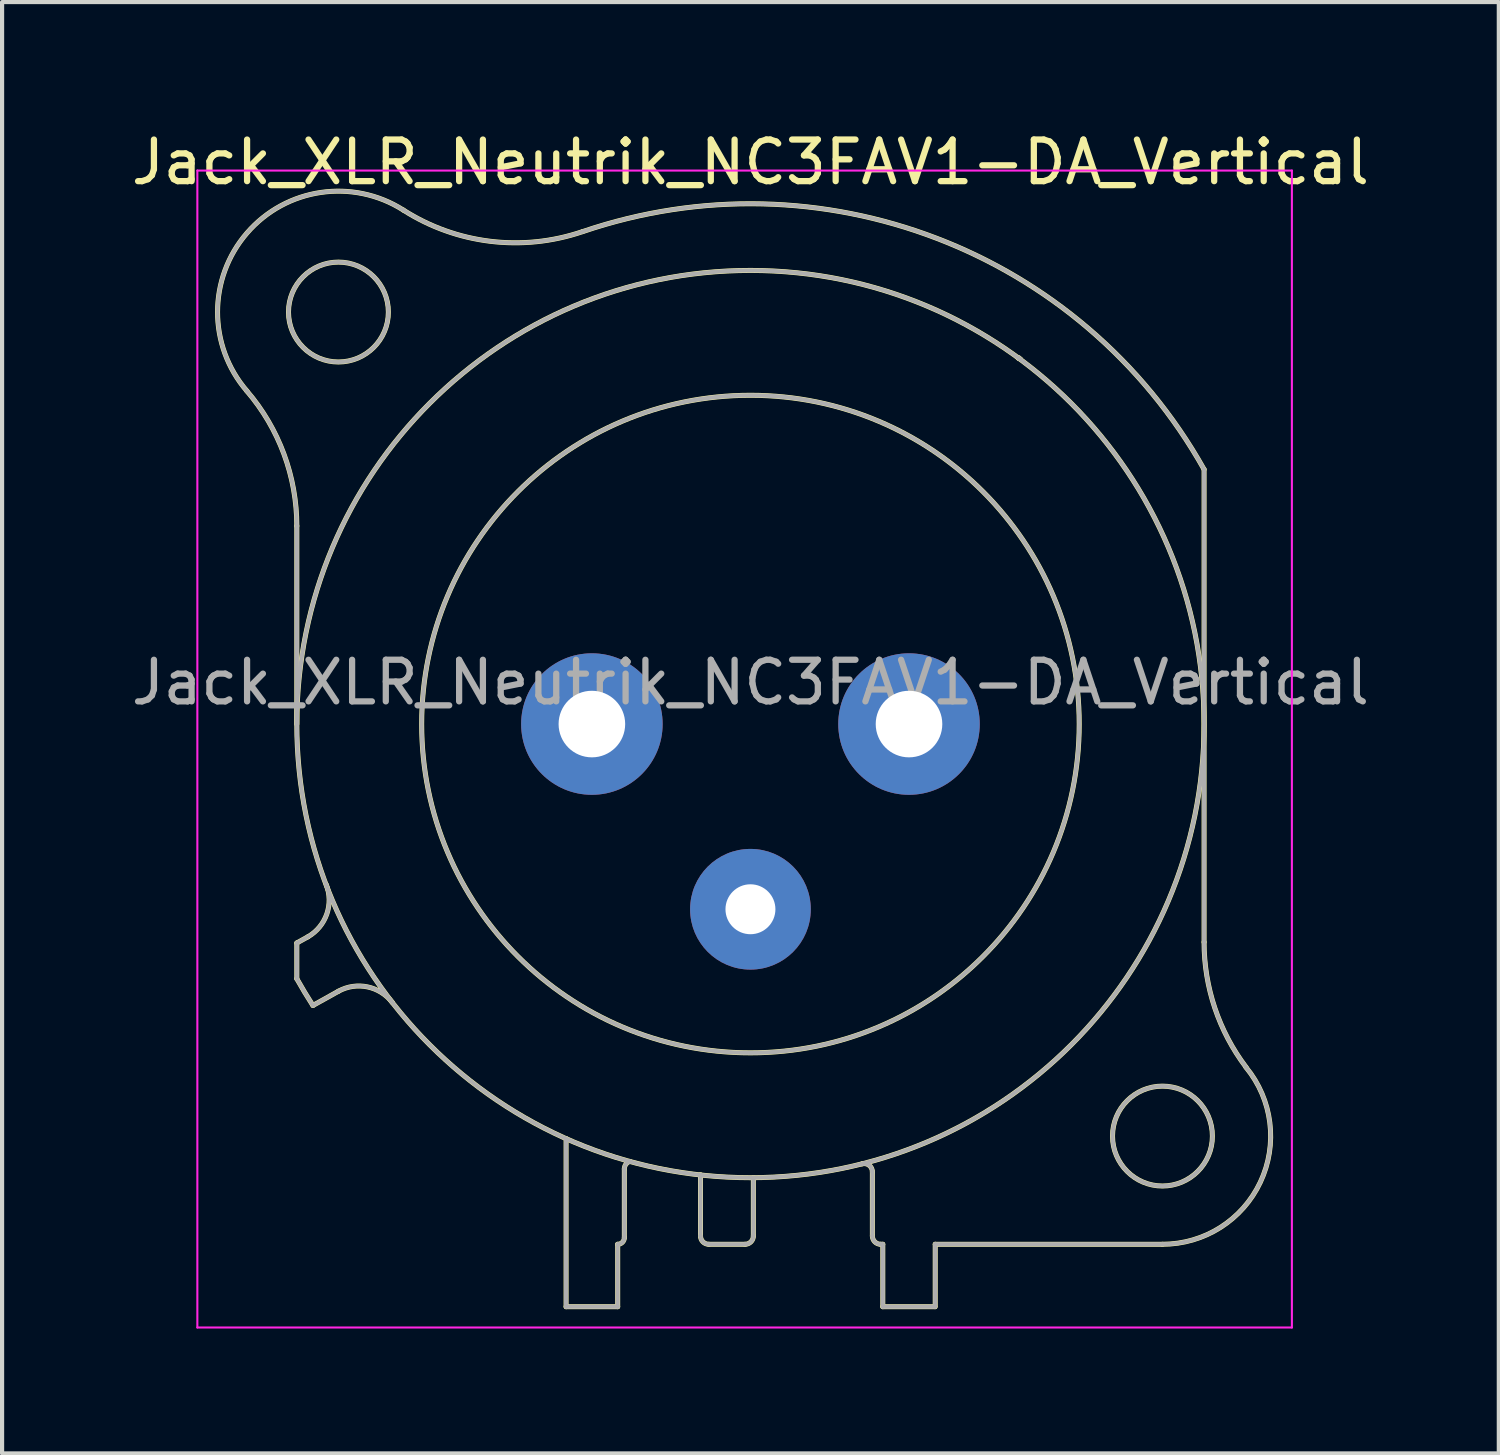
<source format=kicad_pcb>
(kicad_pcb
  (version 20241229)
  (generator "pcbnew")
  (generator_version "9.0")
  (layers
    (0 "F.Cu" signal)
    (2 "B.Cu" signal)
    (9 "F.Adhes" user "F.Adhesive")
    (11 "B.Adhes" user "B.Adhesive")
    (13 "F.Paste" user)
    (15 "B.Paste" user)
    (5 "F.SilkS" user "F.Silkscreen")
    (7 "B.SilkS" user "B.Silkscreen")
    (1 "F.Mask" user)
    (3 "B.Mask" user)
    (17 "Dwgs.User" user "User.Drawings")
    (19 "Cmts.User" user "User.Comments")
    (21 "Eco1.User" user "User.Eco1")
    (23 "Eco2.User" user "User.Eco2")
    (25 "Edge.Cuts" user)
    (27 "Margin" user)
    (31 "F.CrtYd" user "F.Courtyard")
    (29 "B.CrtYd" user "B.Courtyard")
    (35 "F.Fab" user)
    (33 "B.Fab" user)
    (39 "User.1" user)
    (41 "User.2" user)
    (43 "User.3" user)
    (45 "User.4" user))
  (footprint "Jack_XLR_Neutrik_NC3FAV1-DA_Vertical"
    (layer "F.Cu")
    (at 18.792 14.348)
    (property "Reference" "Jack_XLR_Neutrik_NC3FAV1-DA_Vertical" (at -3.81 -13.5 0) (layer "F.SilkS") (effects (font (size 1 1) (thickness 0.15))))
    (attr through_hole)
    (fp_line (start -14.71 0) (end -14.71 -4.76) (stroke (width 0.12) (type solid)) (layer "F.SilkS"))
    (fp_line (start -14.71 5.26) (end -14.71 6.12) (stroke (width 0.12) (type solid)) (layer "F.SilkS"))
    (fp_line (start -14.44 5.11) (end -14.71 5.26) (stroke (width 0.12) (type solid)) (layer "F.SilkS"))
    (fp_line (start -14.32 6.76) (end -13.71 6.42) (stroke (width 0.12) (type solid)) (layer "F.SilkS"))
    (fp_line (start -8.24 9.96) (end -8.24 14) (stroke (width 0.12) (type solid)) (layer "F.SilkS"))
    (fp_line (start -7 12.5) (end -7 14) (stroke (width 0.12) (type solid)) (layer "F.SilkS"))
    (fp_line (start -7 14) (end -8.24 14) (stroke (width 0.12) (type solid)) (layer "F.SilkS"))
    (fp_line (start -6.84 12.34) (end -6.84 10.69) (stroke (width 0.12) (type solid)) (layer "F.SilkS"))
    (fp_line (start -5.01 10.83) (end -5.01 12.3) (stroke (width 0.12) (type solid)) (layer "F.SilkS"))
    (fp_line (start -3.94 12.5) (end -4.81 12.5) (stroke (width 0.12) (type solid)) (layer "F.SilkS"))
    (fp_line (start -3.74 10.9) (end -3.74 12.3) (stroke (width 0.12) (type solid)) (layer "F.SilkS"))
    (fp_line (start -0.88 12.3) (end -0.88 10.76) (stroke (width 0.12) (type solid)) (layer "F.SilkS"))
    (fp_line (start -0.63 12.5) (end -0.68 12.5) (stroke (width 0.12) (type solid)) (layer "F.SilkS"))
    (fp_line (start -0.63 12.5) (end -0.63 14) (stroke (width 0.12) (type solid)) (layer "F.SilkS"))
    (fp_line (start 0.62 14) (end -0.63 14) (stroke (width 0.12) (type solid)) (layer "F.SilkS"))
    (fp_line (start 0.63 12.5) (end 6.09 12.5) (stroke (width 0.12) (type solid)) (layer "F.SilkS"))
    (fp_line (start 0.63 14) (end 0.63 12.5) (stroke (width 0.12) (type solid)) (layer "F.SilkS"))
    (fp_line (start 7.09 5.24) (end 7.09 -6.12) (stroke (width 0.12) (type solid)) (layer "F.SilkS"))
    (fp_arc (start -15.908829 -8.000856) (mid -15.019313 -6.48774) (end -14.71 -4.76) (stroke (width 0.12) (type solid)) (layer "F.SilkS"))
    (fp_arc (start -15.908236 -8.001617) (mid -15.907486 -11.799251) (end -12.15 -12.35) (stroke (width 0.12) (type solid)) (layer "F.SilkS"))
    (fp_arc (start -14.32314 6.763008) (mid -14.521396 6.444407) (end -14.71 6.12) (stroke (width 0.12) (type solid)) (layer "F.SilkS"))
    (fp_arc (start -14.004283 3.855674) (mid -13.989213 4.56375) (end -14.44 5.11) (stroke (width 0.12) (type solid)) (layer "F.SilkS"))
    (fp_arc (start -13.71 6.42) (mid -13.01025 6.315915) (end -12.412202 6.693832) (stroke (width 0.12) (type solid)) (layer "F.SilkS"))
    (fp_arc (start -7.848035 -11.831177) (mid -10.058192 -11.599923) (end -12.15 -12.35) (stroke (width 0.12) (type solid)) (layer "F.SilkS"))
    (fp_arc (start -7.841153 -11.83276) (mid 0.657009 -11.675197) (end 7.09 -6.12) (stroke (width 0.12) (type solid)) (layer "F.SilkS"))
    (fp_arc (start -6.84 10.69) (mid -6.803713 10.578321) (end -6.708713 10.509299) (stroke (width 0.12) (type solid)) (layer "F.SilkS"))
    (fp_arc (start -6.84 12.34) (mid -6.886863 12.453137) (end -7 12.5) (stroke (width 0.12) (type solid)) (layer "F.SilkS"))
    (fp_arc (start -4.81 12.5) (mid -4.951421 12.441421) (end -5.01 12.3) (stroke (width 0.12) (type solid)) (layer "F.SilkS"))
    (fp_arc (start -3.74 12.3) (mid -3.798579 12.441421) (end -3.94 12.5) (stroke (width 0.12) (type solid)) (layer "F.SilkS"))
    (fp_arc (start -1.1294 10.566197) (mid -0.957281 10.602076) (end -0.88 10.76) (stroke (width 0.12) (type solid)) (layer "F.SilkS"))
    (fp_arc (start -0.68 12.5) (mid -0.821421 12.441421) (end -0.88 12.3) (stroke (width 0.12) (type solid)) (layer "F.SilkS"))
    (fp_arc (start 2.636924 -8.782671) (mid 2.628394 -8.791269) (end 2.62 -8.8) (stroke (width 0.12) (type solid)) (layer "F.SilkS"))
    (fp_arc (start 2.680052 -8.767734) (mid 2.65973 -8.7835) (end 2.64 -8.8) (stroke (width 0.12) (type solid)) (layer "F.SilkS"))
    (fp_arc (start 8.095865 8.245761) (mid 8.441704 11.008824) (end 6.09 12.5) (stroke (width 0.12) (type solid)) (layer "F.SilkS"))
    (fp_arc (start 8.098032 8.243976) (mid 7.348729 6.824298) (end 7.09 5.24) (stroke (width 0.12) (type solid)) (layer "F.SilkS"))
    (fp_circle (center -13.71 -9.9) (end -12.51 -9.9) (stroke (width 0.12) (type solid)) (fill no) (layer "F.SilkS"))
    (fp_circle (center -3.81 0) (end 4.09 0) (stroke (width 0.12) (type solid)) (fill no) (layer "F.SilkS"))
    (fp_circle (center -3.81 0) (end 7.09 0) (stroke (width 0.12) (type solid)) (fill no) (layer "F.SilkS"))
    (fp_circle (center 6.09 9.9) (end 7.29 9.9) (stroke (width 0.12) (type solid)) (fill no) (layer "F.SilkS"))
    (fp_line (start -17.1 -13.3) (end 9.2 -13.3) (stroke (width 0.05) (type solid)) (layer "F.CrtYd"))
    (fp_line (start -17.1 14.5) (end -17.1 -13.3) (stroke (width 0.05) (type solid)) (layer "F.CrtYd"))
    (fp_line (start 9.2 -13.3) (end 9.2 14.5) (stroke (width 0.05) (type solid)) (layer "F.CrtYd"))
    (fp_line (start 9.2 14.5) (end -17.1 14.5) (stroke (width 0.05) (type solid)) (layer "F.CrtYd"))
    (fp_line (start -14.71 0) (end -14.71 -4.76) (stroke (width 0.1) (type solid)) (layer "F.Fab"))
    (fp_line (start -14.71 5.26) (end -14.71 6.12) (stroke (width 0.1) (type solid)) (layer "F.Fab"))
    (fp_line (start -14.44 5.11) (end -14.71 5.26) (stroke (width 0.1) (type solid)) (layer "F.Fab"))
    (fp_line (start -14.32 6.76) (end -13.71 6.42) (stroke (width 0.1) (type solid)) (layer "F.Fab"))
    (fp_line (start -8.24 9.96) (end -8.24 14) (stroke (width 0.1) (type solid)) (layer "F.Fab"))
    (fp_line (start -7 12.5) (end -7 14) (stroke (width 0.1) (type solid)) (layer "F.Fab"))
    (fp_line (start -7 14) (end -8.24 14) (stroke (width 0.1) (type solid)) (layer "F.Fab"))
    (fp_line (start -6.84 12.34) (end -6.84 10.69) (stroke (width 0.1) (type solid)) (layer "F.Fab"))
    (fp_line (start -5.01 10.83) (end -5.01 12.3) (stroke (width 0.1) (type solid)) (layer "F.Fab"))
    (fp_line (start -3.94 12.5) (end -4.81 12.5) (stroke (width 0.1) (type solid)) (layer "F.Fab"))
    (fp_line (start -3.74 10.9) (end -3.74 12.3) (stroke (width 0.1) (type solid)) (layer "F.Fab"))
    (fp_line (start -0.88 12.3) (end -0.88 10.76) (stroke (width 0.1) (type solid)) (layer "F.Fab"))
    (fp_line (start -0.63 12.5) (end -0.68 12.5) (stroke (width 0.1) (type solid)) (layer "F.Fab"))
    (fp_line (start -0.63 12.5) (end -0.63 14) (stroke (width 0.1) (type solid)) (layer "F.Fab"))
    (fp_line (start 0.62 14) (end -0.63 14) (stroke (width 0.1) (type solid)) (layer "F.Fab"))
    (fp_line (start 0.63 12.5) (end 6.09 12.5) (stroke (width 0.1) (type solid)) (layer "F.Fab"))
    (fp_line (start 0.63 14) (end 0.63 12.5) (stroke (width 0.1) (type solid)) (layer "F.Fab"))
    (fp_line (start 7.09 5.24) (end 7.09 -6.12) (stroke (width 0.1) (type solid)) (layer "F.Fab"))
    (fp_arc (start -15.908829 -8.000856) (mid -15.019313 -6.48774) (end -14.71 -4.76) (stroke (width 0.1) (type solid)) (layer "F.Fab"))
    (fp_arc (start -15.908236 -8.001617) (mid -15.907486 -11.799251) (end -12.15 -12.35) (stroke (width 0.1) (type solid)) (layer "F.Fab"))
    (fp_arc (start -14.32314 6.763008) (mid -14.521396 6.444407) (end -14.71 6.12) (stroke (width 0.1) (type solid)) (layer "F.Fab"))
    (fp_arc (start -14.004283 3.855674) (mid -13.989213 4.56375) (end -14.44 5.11) (stroke (width 0.1) (type solid)) (layer "F.Fab"))
    (fp_arc (start -13.71 6.42) (mid -13.01025 6.315915) (end -12.412202 6.693832) (stroke (width 0.1) (type solid)) (layer "F.Fab"))
    (fp_arc (start -7.848035 -11.831177) (mid -10.058192 -11.599923) (end -12.15 -12.35) (stroke (width 0.1) (type solid)) (layer "F.Fab"))
    (fp_arc (start -7.841153 -11.83276) (mid 0.657009 -11.675197) (end 7.09 -6.12) (stroke (width 0.1) (type solid)) (layer "F.Fab"))
    (fp_arc (start -6.84 10.69) (mid -6.803713 10.578321) (end -6.708713 10.509299) (stroke (width 0.1) (type solid)) (layer "F.Fab"))
    (fp_arc (start -6.84 12.34) (mid -6.886863 12.453137) (end -7 12.5) (stroke (width 0.1) (type solid)) (layer "F.Fab"))
    (fp_arc (start -4.81 12.5) (mid -4.951421 12.441421) (end -5.01 12.3) (stroke (width 0.1) (type solid)) (layer "F.Fab"))
    (fp_arc (start -3.74 12.3) (mid -3.798579 12.441421) (end -3.94 12.5) (stroke (width 0.1) (type solid)) (layer "F.Fab"))
    (fp_arc (start -1.1294 10.566197) (mid -0.957281 10.602076) (end -0.88 10.76) (stroke (width 0.1) (type solid)) (layer "F.Fab"))
    (fp_arc (start -0.68 12.5) (mid -0.821421 12.441421) (end -0.88 12.3) (stroke (width 0.1) (type solid)) (layer "F.Fab"))
    (fp_arc (start 2.636924 -8.782671) (mid 2.628394 -8.791269) (end 2.62 -8.8) (stroke (width 0.1) (type solid)) (layer "F.Fab"))
    (fp_arc (start 2.680052 -8.767734) (mid 2.65973 -8.7835) (end 2.64 -8.8) (stroke (width 0.1) (type solid)) (layer "F.Fab"))
    (fp_arc (start 8.095865 8.245761) (mid 8.441704 11.008824) (end 6.09 12.5) (stroke (width 0.1) (type solid)) (layer "F.Fab"))
    (fp_arc (start 8.098032 8.243976) (mid 7.348729 6.824298) (end 7.09 5.24) (stroke (width 0.1) (type solid)) (layer "F.Fab"))
    (fp_circle (center -13.71 -9.9) (end -12.51 -9.9) (stroke (width 0.1) (type solid)) (fill no) (layer "F.Fab"))
    (fp_circle (center -3.81 0) (end 4.09 0) (stroke (width 0.1) (type solid)) (fill no) (layer "F.Fab"))
    (fp_circle (center -3.81 0) (end 7.09 0) (stroke (width 0.1) (type solid)) (fill no) (layer "F.Fab"))
    (fp_circle (center 6.09 9.9) (end 7.29 9.9) (stroke (width 0.1) (type solid)) (fill no) (layer "F.Fab"))
    (fp_text user "${REFERENCE}" (at -3.81 -1 0) (layer "F.Fab") (effects (font (size 1 1) (thickness 0.15))))
    (pad "1" thru_hole circle (at 0 0) (size 3.4 3.4) (drill 1.6) (layers "*.Cu" "*.Mask"))
    (pad "2" thru_hole circle (at -7.62 0) (size 3.4 3.4) (drill 1.6) (layers "*.Cu" "*.Mask"))
    (pad "3" thru_hole circle (at -3.81 4.45) (size 2.9 2.9) (drill 1.2) (layers "*.Cu" "*.Mask")))
  (gr_rect
    (start -3 -3)
    (end 32.964 31.873)
    (stroke (width 0.1) (type default))
    (fill no)
    (layer "Edge.Cuts")))
</source>
